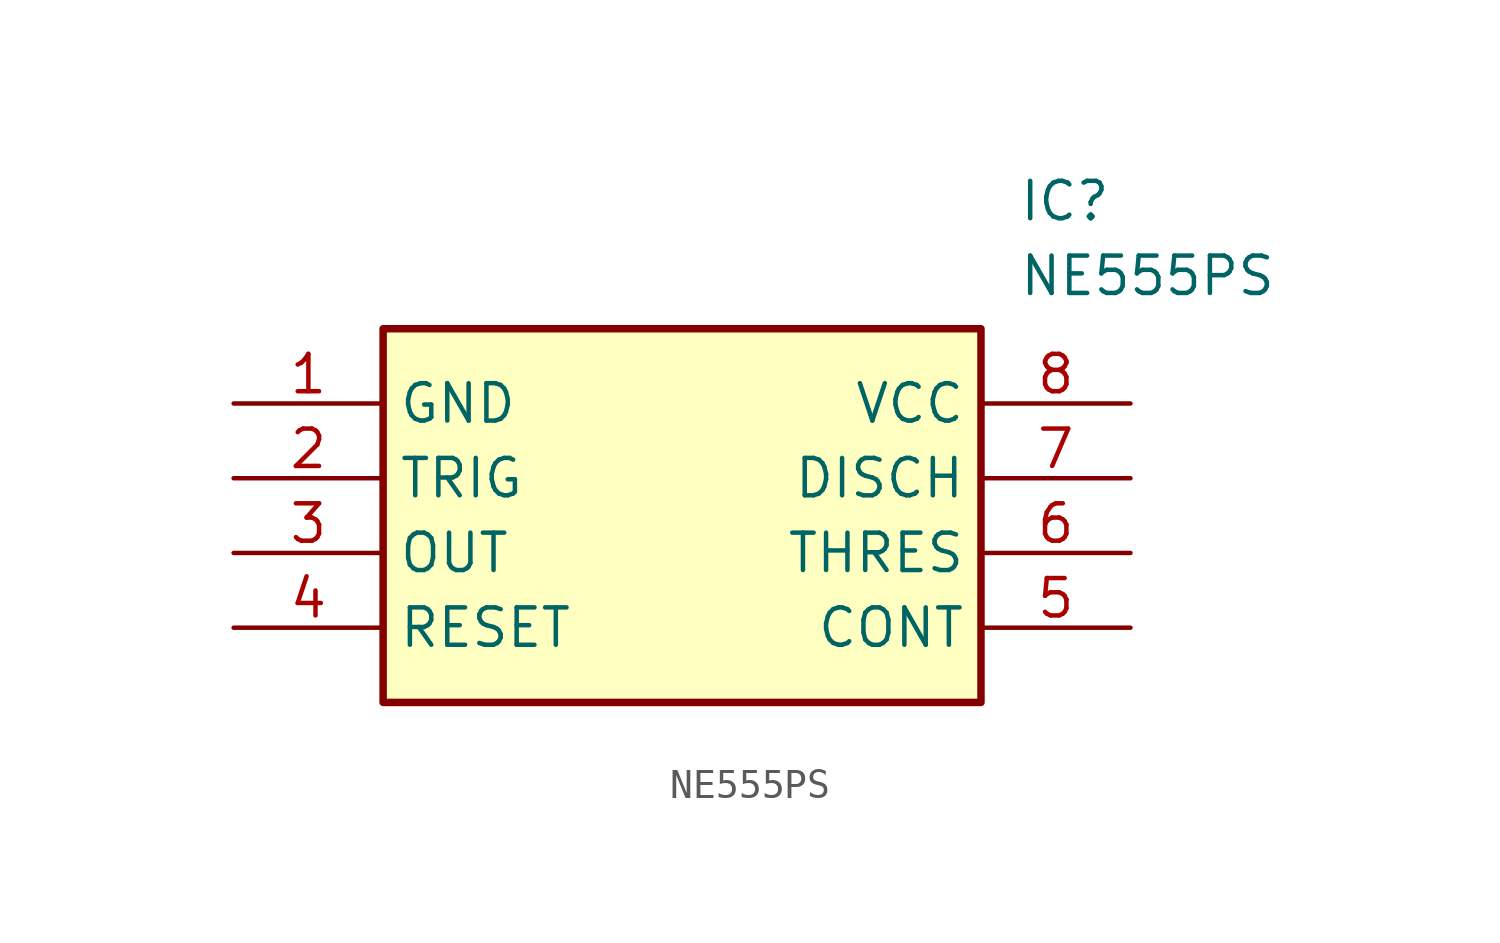
<source format=kicad_sym>
(kicad_symbol_lib
  (version 20220914)
  (generator SamacSys_ECAD_Model)
  (symbol "NE555PS"
    (property "Reference" "IC"
      (at 26.67 7.62 0)
      (effects (font (size 1.27 1.27)) (justify left top)))
    (property "Value" "NE555PS"
      (at 26.67 5.08 0)
      (effects (font (size 1.27 1.27)) (justify left top)))
    (rectangle
      (start 5.08 2.54)
      (end 25.4 -10.16)
      (stroke (width 0.254) (type default))
      (fill (type background)))
    (pin passive line
      (at 0 0 0)
      (length 5.08)
      (name "GND" (effects (font (size 1.27 1.27))))
      (number "1" (effects (font (size 1.27 1.27)))))
    (pin passive line
      (at 0 -2.54 0)
      (length 5.08)
      (name "TRIG" (effects (font (size 1.27 1.27))))
      (number "2" (effects (font (size 1.27 1.27)))))
    (pin passive line
      (at 0 -5.08 0)
      (length 5.08)
      (name "OUT" (effects (font (size 1.27 1.27))))
      (number "3" (effects (font (size 1.27 1.27)))))
    (pin passive line
      (at 0 -7.62 0)
      (length 5.08)
      (name "RESET" (effects (font (size 1.27 1.27))))
      (number "4" (effects (font (size 1.27 1.27)))))
    (pin passive line
      (at 30.48 0 180)
      (length 5.08)
      (name "VCC" (effects (font (size 1.27 1.27))))
      (number "8" (effects (font (size 1.27 1.27)))))
    (pin passive line
      (at 30.48 -2.54 180)
      (length 5.08)
      (name "DISCH" (effects (font (size 1.27 1.27))))
      (number "7" (effects (font (size 1.27 1.27)))))
    (pin passive line
      (at 30.48 -5.08 180)
      (length 5.08)
      (name "THRES" (effects (font (size 1.27 1.27))))
      (number "6" (effects (font (size 1.27 1.27)))))
    (pin passive line
      (at 30.48 -7.62 180)
      (length 5.08)
      (name "CONT" (effects (font (size 1.27 1.27))))
      (number "5" (effects (font (size 1.27 1.27)))))))
</source>
